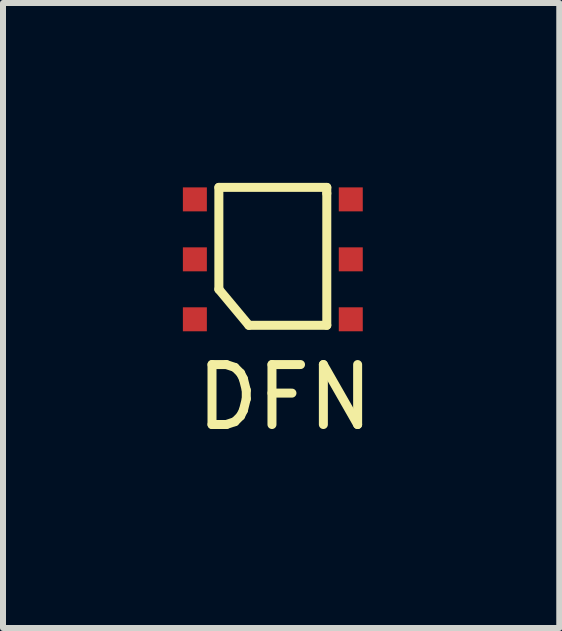
<source format=kicad_pcb>
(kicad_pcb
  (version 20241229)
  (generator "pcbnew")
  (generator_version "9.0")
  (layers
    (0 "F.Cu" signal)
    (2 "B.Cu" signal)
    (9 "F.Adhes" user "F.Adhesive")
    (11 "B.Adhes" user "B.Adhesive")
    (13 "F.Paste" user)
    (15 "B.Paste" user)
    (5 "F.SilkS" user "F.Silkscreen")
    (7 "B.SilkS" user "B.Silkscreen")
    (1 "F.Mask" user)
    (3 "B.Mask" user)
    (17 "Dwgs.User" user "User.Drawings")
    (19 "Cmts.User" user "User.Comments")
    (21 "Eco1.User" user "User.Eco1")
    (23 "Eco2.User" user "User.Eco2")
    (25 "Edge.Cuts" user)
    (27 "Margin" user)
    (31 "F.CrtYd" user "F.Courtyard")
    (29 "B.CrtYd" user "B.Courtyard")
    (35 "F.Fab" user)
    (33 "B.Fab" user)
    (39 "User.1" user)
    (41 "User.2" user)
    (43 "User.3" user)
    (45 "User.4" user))
  (footprint "DFN"
    (layer "F.Cu")
    (at 1.7 3.075)
    (property "Reference" "DFN" (at 0 0.5 0) (layer "F.SilkS") (effects (font (size 1 1) (thickness 0.15))))
    (attr through_hole)
    (fp_line (start -1.1 -3) (end -1.1 -1.3) (stroke (width 0.15) (type solid)) (layer "F.SilkS"))
    (fp_line (start -1.1 -1.3) (end -0.6 -0.7) (stroke (width 0.15) (type solid)) (layer "F.SilkS"))
    (fp_line (start -0.6 -0.7) (end 0.7 -0.7) (stroke (width 0.15) (type solid)) (layer "F.SilkS"))
    (fp_line (start 0.7 -3) (end -1.1 -3) (stroke (width 0.15) (type solid)) (layer "F.SilkS"))
    (fp_line (start 0.7 -2.9) (end 0.7 -3) (stroke (width 0.15) (type solid)) (layer "F.SilkS"))
    (fp_line (start 0.7 -0.7) (end 0.7 -2.9) (stroke (width 0.15) (type solid)) (layer "F.SilkS"))
    (pad "1" smd rect (at 1.1 -2.8) (size 0.4 0.4) (layers "F.Cu" "F.Mask" "F.Paste"))
    (pad "2" smd rect (at 1.1 -1.8) (size 0.4 0.4) (layers "F.Cu" "F.Mask" "F.Paste"))
    (pad "3" smd rect (at 1.1 -0.8) (size 0.4 0.4) (layers "F.Cu" "F.Mask" "F.Paste"))
    (pad "4" smd rect (at -1.5 -2.8) (size 0.4 0.4) (layers "F.Cu" "F.Mask" "F.Paste"))
    (pad "5" smd rect (at -1.5 -1.8) (size 0.4 0.4) (layers "F.Cu" "F.Mask" "F.Paste"))
    (pad "6" smd rect (at -1.5 -0.8) (size 0.4 0.4) (layers "F.Cu" "F.Mask" "F.Paste")))
  (gr_rect
    (start -3 -3)
    (end 6.277 7.423)
    (stroke (width 0.1) (type default))
    (fill no)
    (layer "Edge.Cuts")))
</source>
